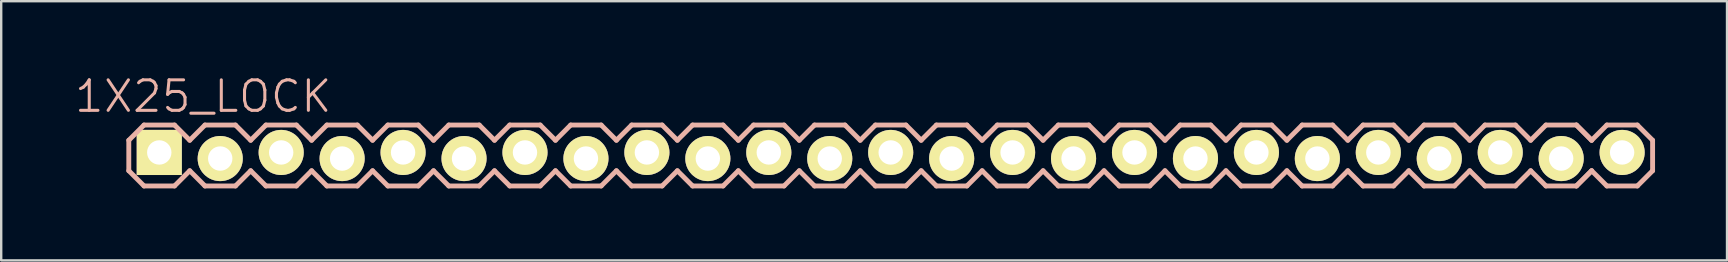
<source format=kicad_pcb>
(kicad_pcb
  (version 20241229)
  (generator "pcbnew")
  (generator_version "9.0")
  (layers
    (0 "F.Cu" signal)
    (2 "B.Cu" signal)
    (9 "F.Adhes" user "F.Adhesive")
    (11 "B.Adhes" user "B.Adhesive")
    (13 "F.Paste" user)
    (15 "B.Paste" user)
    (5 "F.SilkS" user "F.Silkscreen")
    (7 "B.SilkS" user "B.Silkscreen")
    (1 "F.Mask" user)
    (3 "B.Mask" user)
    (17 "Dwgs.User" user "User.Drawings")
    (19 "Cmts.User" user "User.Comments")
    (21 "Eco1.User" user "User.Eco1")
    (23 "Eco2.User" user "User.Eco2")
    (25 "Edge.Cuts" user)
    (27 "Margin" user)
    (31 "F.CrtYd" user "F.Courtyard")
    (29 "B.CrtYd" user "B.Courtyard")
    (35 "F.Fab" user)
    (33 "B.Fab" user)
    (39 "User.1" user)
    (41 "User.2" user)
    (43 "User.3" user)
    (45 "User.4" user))
  (footprint "1X25_LOCK"
    (layer "F.Cu")
    (at 3.587 3.43)
    (property "Reference" "1X25_LOCK" (at 1.829 -2.464 0) (layer "B.SilkS") (effects (font (size 1.27 1.27) (thickness 0.127))))
    (attr exclude_from_pos_files exclude_from_bom)
    (fp_line (start -0.254 -0.254) (end 0.254 -0.254) (stroke (width 0.066) (type solid)) (layer "F.SilkS"))
    (fp_line (start -0.254 0.254) (end -0.254 -0.254) (stroke (width 0.066) (type solid)) (layer "F.SilkS"))
    (fp_line (start -0.254 0.254) (end 0.254 0.254) (stroke (width 0.066) (type solid)) (layer "F.SilkS"))
    (fp_line (start 0.254 0.254) (end 0.254 -0.254) (stroke (width 0.066) (type solid)) (layer "F.SilkS"))
    (fp_line (start 2.286 -0.254) (end 2.794 -0.254) (stroke (width 0.066) (type solid)) (layer "F.SilkS"))
    (fp_line (start 2.286 0.254) (end 2.286 -0.254) (stroke (width 0.066) (type solid)) (layer "F.SilkS"))
    (fp_line (start 2.286 0.254) (end 2.794 0.254) (stroke (width 0.066) (type solid)) (layer "F.SilkS"))
    (fp_line (start 2.794 0.254) (end 2.794 -0.254) (stroke (width 0.066) (type solid)) (layer "F.SilkS"))
    (fp_line (start 4.826 -0.254) (end 5.334 -0.254) (stroke (width 0.066) (type solid)) (layer "F.SilkS"))
    (fp_line (start 4.826 0.254) (end 4.826 -0.254) (stroke (width 0.066) (type solid)) (layer "F.SilkS"))
    (fp_line (start 4.826 0.254) (end 5.334 0.254) (stroke (width 0.066) (type solid)) (layer "F.SilkS"))
    (fp_line (start 5.334 0.254) (end 5.334 -0.254) (stroke (width 0.066) (type solid)) (layer "F.SilkS"))
    (fp_line (start 7.366 -0.254) (end 7.874 -0.254) (stroke (width 0.066) (type solid)) (layer "F.SilkS"))
    (fp_line (start 7.366 0.254) (end 7.366 -0.254) (stroke (width 0.066) (type solid)) (layer "F.SilkS"))
    (fp_line (start 7.366 0.254) (end 7.874 0.254) (stroke (width 0.066) (type solid)) (layer "F.SilkS"))
    (fp_line (start 7.874 0.254) (end 7.874 -0.254) (stroke (width 0.066) (type solid)) (layer "F.SilkS"))
    (fp_line (start 9.906 -0.254) (end 10.414 -0.254) (stroke (width 0.066) (type solid)) (layer "F.SilkS"))
    (fp_line (start 9.906 0.254) (end 9.906 -0.254) (stroke (width 0.066) (type solid)) (layer "F.SilkS"))
    (fp_line (start 9.906 0.254) (end 10.414 0.254) (stroke (width 0.066) (type solid)) (layer "F.SilkS"))
    (fp_line (start 10.414 0.254) (end 10.414 -0.254) (stroke (width 0.066) (type solid)) (layer "F.SilkS"))
    (fp_line (start 12.446 -0.254) (end 12.954 -0.254) (stroke (width 0.066) (type solid)) (layer "F.SilkS"))
    (fp_line (start 12.446 0.254) (end 12.446 -0.254) (stroke (width 0.066) (type solid)) (layer "F.SilkS"))
    (fp_line (start 12.446 0.254) (end 12.954 0.254) (stroke (width 0.066) (type solid)) (layer "F.SilkS"))
    (fp_line (start 12.954 0.254) (end 12.954 -0.254) (stroke (width 0.066) (type solid)) (layer "F.SilkS"))
    (fp_line (start 14.986 -0.254) (end 15.494 -0.254) (stroke (width 0.066) (type solid)) (layer "F.SilkS"))
    (fp_line (start 14.986 0.254) (end 14.986 -0.254) (stroke (width 0.066) (type solid)) (layer "F.SilkS"))
    (fp_line (start 14.986 0.254) (end 15.494 0.254) (stroke (width 0.066) (type solid)) (layer "F.SilkS"))
    (fp_line (start 15.494 0.254) (end 15.494 -0.254) (stroke (width 0.066) (type solid)) (layer "F.SilkS"))
    (fp_line (start 17.523 -0.254) (end 18.034 -0.254) (stroke (width 0.066) (type solid)) (layer "F.SilkS"))
    (fp_line (start 17.523 0.254) (end 17.523 -0.254) (stroke (width 0.066) (type solid)) (layer "F.SilkS"))
    (fp_line (start 17.523 0.254) (end 18.034 0.254) (stroke (width 0.066) (type solid)) (layer "F.SilkS"))
    (fp_line (start 18.034 0.254) (end 18.034 -0.254) (stroke (width 0.066) (type solid)) (layer "F.SilkS"))
    (fp_line (start 20.066 -0.254) (end 20.574 -0.254) (stroke (width 0.066) (type solid)) (layer "F.SilkS"))
    (fp_line (start 20.066 0.254) (end 20.066 -0.254) (stroke (width 0.066) (type solid)) (layer "F.SilkS"))
    (fp_line (start 20.066 0.254) (end 20.574 0.254) (stroke (width 0.066) (type solid)) (layer "F.SilkS"))
    (fp_line (start 20.574 0.254) (end 20.574 -0.254) (stroke (width 0.066) (type solid)) (layer "F.SilkS"))
    (fp_line (start 22.606 -0.254) (end 23.114 -0.254) (stroke (width 0.066) (type solid)) (layer "F.SilkS"))
    (fp_line (start 22.606 0.254) (end 22.606 -0.254) (stroke (width 0.066) (type solid)) (layer "F.SilkS"))
    (fp_line (start 22.606 0.254) (end 23.114 0.254) (stroke (width 0.066) (type solid)) (layer "F.SilkS"))
    (fp_line (start 23.114 0.254) (end 23.114 -0.254) (stroke (width 0.066) (type solid)) (layer "F.SilkS"))
    (fp_line (start 25.146 -0.254) (end 25.654 -0.254) (stroke (width 0.066) (type solid)) (layer "F.SilkS"))
    (fp_line (start 25.146 0.254) (end 25.146 -0.254) (stroke (width 0.066) (type solid)) (layer "F.SilkS"))
    (fp_line (start 25.146 0.254) (end 25.654 0.254) (stroke (width 0.066) (type solid)) (layer "F.SilkS"))
    (fp_line (start 25.654 0.254) (end 25.654 -0.254) (stroke (width 0.066) (type solid)) (layer "F.SilkS"))
    (fp_line (start 27.686 -0.254) (end 28.194 -0.254) (stroke (width 0.066) (type solid)) (layer "F.SilkS"))
    (fp_line (start 27.686 0.254) (end 27.686 -0.254) (stroke (width 0.066) (type solid)) (layer "F.SilkS"))
    (fp_line (start 27.686 0.254) (end 28.194 0.254) (stroke (width 0.066) (type solid)) (layer "F.SilkS"))
    (fp_line (start 28.194 0.254) (end 28.194 -0.254) (stroke (width 0.066) (type solid)) (layer "F.SilkS"))
    (fp_line (start 30.226 -0.254) (end 30.734 -0.254) (stroke (width 0.066) (type solid)) (layer "F.SilkS"))
    (fp_line (start 30.226 0.254) (end 30.226 -0.254) (stroke (width 0.066) (type solid)) (layer "F.SilkS"))
    (fp_line (start 30.226 0.254) (end 30.734 0.254) (stroke (width 0.066) (type solid)) (layer "F.SilkS"))
    (fp_line (start 30.734 0.254) (end 30.734 -0.254) (stroke (width 0.066) (type solid)) (layer "F.SilkS"))
    (fp_line (start 32.766 -0.254) (end 33.274 -0.254) (stroke (width 0.066) (type solid)) (layer "F.SilkS"))
    (fp_line (start 32.766 0.254) (end 32.766 -0.254) (stroke (width 0.066) (type solid)) (layer "F.SilkS"))
    (fp_line (start 32.766 0.254) (end 33.274 0.254) (stroke (width 0.066) (type solid)) (layer "F.SilkS"))
    (fp_line (start 33.274 0.254) (end 33.274 -0.254) (stroke (width 0.066) (type solid)) (layer "F.SilkS"))
    (fp_line (start 35.303 -0.254) (end 35.814 -0.254) (stroke (width 0.066) (type solid)) (layer "F.SilkS"))
    (fp_line (start 35.303 0.254) (end 35.303 -0.254) (stroke (width 0.066) (type solid)) (layer "F.SilkS"))
    (fp_line (start 35.303 0.254) (end 35.814 0.254) (stroke (width 0.066) (type solid)) (layer "F.SilkS"))
    (fp_line (start 35.814 0.254) (end 35.814 -0.254) (stroke (width 0.066) (type solid)) (layer "F.SilkS"))
    (fp_line (start 37.846 -0.254) (end 38.354 -0.254) (stroke (width 0.066) (type solid)) (layer "F.SilkS"))
    (fp_line (start 37.846 0.254) (end 37.846 -0.254) (stroke (width 0.066) (type solid)) (layer "F.SilkS"))
    (fp_line (start 37.846 0.254) (end 38.354 0.254) (stroke (width 0.066) (type solid)) (layer "F.SilkS"))
    (fp_line (start 38.354 0.254) (end 38.354 -0.254) (stroke (width 0.066) (type solid)) (layer "F.SilkS"))
    (fp_line (start 40.386 -0.254) (end 40.894 -0.254) (stroke (width 0.066) (type solid)) (layer "F.SilkS"))
    (fp_line (start 40.386 0.254) (end 40.386 -0.254) (stroke (width 0.066) (type solid)) (layer "F.SilkS"))
    (fp_line (start 40.386 0.254) (end 40.894 0.254) (stroke (width 0.066) (type solid)) (layer "F.SilkS"))
    (fp_line (start 40.894 0.254) (end 40.894 -0.254) (stroke (width 0.066) (type solid)) (layer "F.SilkS"))
    (fp_line (start 42.926 -0.254) (end 43.434 -0.254) (stroke (width 0.066) (type solid)) (layer "F.SilkS"))
    (fp_line (start 42.926 0.254) (end 42.926 -0.254) (stroke (width 0.066) (type solid)) (layer "F.SilkS"))
    (fp_line (start 42.926 0.254) (end 43.434 0.254) (stroke (width 0.066) (type solid)) (layer "F.SilkS"))
    (fp_line (start 43.434 0.254) (end 43.434 -0.254) (stroke (width 0.066) (type solid)) (layer "F.SilkS"))
    (fp_line (start 45.466 -0.254) (end 45.974 -0.254) (stroke (width 0.066) (type solid)) (layer "F.SilkS"))
    (fp_line (start 45.466 0.254) (end 45.466 -0.254) (stroke (width 0.066) (type solid)) (layer "F.SilkS"))
    (fp_line (start 45.466 0.254) (end 45.974 0.254) (stroke (width 0.066) (type solid)) (layer "F.SilkS"))
    (fp_line (start 45.974 0.254) (end 45.974 -0.254) (stroke (width 0.066) (type solid)) (layer "F.SilkS"))
    (fp_line (start 48.006 -0.254) (end 48.514 -0.254) (stroke (width 0.066) (type solid)) (layer "F.SilkS"))
    (fp_line (start 48.006 0.254) (end 48.006 -0.254) (stroke (width 0.066) (type solid)) (layer "F.SilkS"))
    (fp_line (start 48.006 0.254) (end 48.514 0.254) (stroke (width 0.066) (type solid)) (layer "F.SilkS"))
    (fp_line (start 48.514 0.254) (end 48.514 -0.254) (stroke (width 0.066) (type solid)) (layer "F.SilkS"))
    (fp_line (start 50.546 -0.254) (end 51.051 -0.254) (stroke (width 0.066) (type solid)) (layer "F.SilkS"))
    (fp_line (start 50.546 0.254) (end 50.546 -0.254) (stroke (width 0.066) (type solid)) (layer "F.SilkS"))
    (fp_line (start 50.546 0.254) (end 51.051 0.254) (stroke (width 0.066) (type solid)) (layer "F.SilkS"))
    (fp_line (start 51.051 0.254) (end 51.051 -0.254) (stroke (width 0.066) (type solid)) (layer "F.SilkS"))
    (fp_line (start 53.086 -0.254) (end 53.594 -0.254) (stroke (width 0.066) (type solid)) (layer "F.SilkS"))
    (fp_line (start 53.086 0.254) (end 53.086 -0.254) (stroke (width 0.066) (type solid)) (layer "F.SilkS"))
    (fp_line (start 53.086 0.254) (end 53.594 0.254) (stroke (width 0.066) (type solid)) (layer "F.SilkS"))
    (fp_line (start 53.594 0.254) (end 53.594 -0.254) (stroke (width 0.066) (type solid)) (layer "F.SilkS"))
    (fp_line (start 55.626 -0.254) (end 56.134 -0.254) (stroke (width 0.066) (type solid)) (layer "F.SilkS"))
    (fp_line (start 55.626 0.254) (end 55.626 -0.254) (stroke (width 0.066) (type solid)) (layer "F.SilkS"))
    (fp_line (start 55.626 0.254) (end 56.134 0.254) (stroke (width 0.066) (type solid)) (layer "F.SilkS"))
    (fp_line (start 56.134 0.254) (end 56.134 -0.254) (stroke (width 0.066) (type solid)) (layer "F.SilkS"))
    (fp_line (start 58.166 -0.254) (end 58.674 -0.254) (stroke (width 0.066) (type solid)) (layer "F.SilkS"))
    (fp_line (start 58.166 0.254) (end 58.166 -0.254) (stroke (width 0.066) (type solid)) (layer "F.SilkS"))
    (fp_line (start 58.166 0.254) (end 58.674 0.254) (stroke (width 0.066) (type solid)) (layer "F.SilkS"))
    (fp_line (start 58.674 0.254) (end 58.674 -0.254) (stroke (width 0.066) (type solid)) (layer "F.SilkS"))
    (fp_line (start 60.706 -0.254) (end 61.214 -0.254) (stroke (width 0.066) (type solid)) (layer "F.SilkS"))
    (fp_line (start 60.706 0.254) (end 60.706 -0.254) (stroke (width 0.066) (type solid)) (layer "F.SilkS"))
    (fp_line (start 60.706 0.254) (end 61.214 0.254) (stroke (width 0.066) (type solid)) (layer "F.SilkS"))
    (fp_line (start 61.214 0.254) (end 61.214 -0.254) (stroke (width 0.066) (type solid)) (layer "F.SilkS"))
    (fp_line (start -1.27 -0.635) (end -1.27 0.635) (stroke (width 0.203) (type solid)) (layer "B.SilkS"))
    (fp_line (start -1.27 0.635) (end -0.635 1.27) (stroke (width 0.203) (type solid)) (layer "B.SilkS"))
    (fp_line (start -0.635 -1.27) (end -1.27 -0.635) (stroke (width 0.203) (type solid)) (layer "B.SilkS"))
    (fp_line (start -0.635 -1.27) (end 0.635 -1.27) (stroke (width 0.203) (type solid)) (layer "B.SilkS"))
    (fp_line (start 0.635 -1.27) (end 1.27 -0.635) (stroke (width 0.203) (type solid)) (layer "B.SilkS"))
    (fp_line (start 0.635 1.27) (end -0.635 1.27) (stroke (width 0.203) (type solid)) (layer "B.SilkS"))
    (fp_line (start 1.27 -0.635) (end 1.905 -1.27) (stroke (width 0.203) (type solid)) (layer "B.SilkS"))
    (fp_line (start 1.27 0.635) (end 0.635 1.27) (stroke (width 0.203) (type solid)) (layer "B.SilkS"))
    (fp_line (start 1.905 -1.27) (end 3.175 -1.27) (stroke (width 0.203) (type solid)) (layer "B.SilkS"))
    (fp_line (start 1.905 1.27) (end 1.27 0.635) (stroke (width 0.203) (type solid)) (layer "B.SilkS"))
    (fp_line (start 3.175 -1.27) (end 3.81 -0.635) (stroke (width 0.203) (type solid)) (layer "B.SilkS"))
    (fp_line (start 3.175 1.27) (end 1.905 1.27) (stroke (width 0.203) (type solid)) (layer "B.SilkS"))
    (fp_line (start 3.81 -0.635) (end 4.445 -1.27) (stroke (width 0.203) (type solid)) (layer "B.SilkS"))
    (fp_line (start 3.81 0.635) (end 3.175 1.27) (stroke (width 0.203) (type solid)) (layer "B.SilkS"))
    (fp_line (start 4.445 -1.27) (end 5.715 -1.27) (stroke (width 0.203) (type solid)) (layer "B.SilkS"))
    (fp_line (start 4.445 1.27) (end 3.81 0.635) (stroke (width 0.203) (type solid)) (layer "B.SilkS"))
    (fp_line (start 5.715 -1.27) (end 6.35 -0.635) (stroke (width 0.203) (type solid)) (layer "B.SilkS"))
    (fp_line (start 5.715 1.27) (end 4.445 1.27) (stroke (width 0.203) (type solid)) (layer "B.SilkS"))
    (fp_line (start 6.35 0.635) (end 5.715 1.27) (stroke (width 0.203) (type solid)) (layer "B.SilkS"))
    (fp_line (start 6.35 0.635) (end 6.985 1.27) (stroke (width 0.203) (type solid)) (layer "B.SilkS"))
    (fp_line (start 6.985 -1.27) (end 6.35 -0.635) (stroke (width 0.203) (type solid)) (layer "B.SilkS"))
    (fp_line (start 6.985 -1.27) (end 8.255 -1.27) (stroke (width 0.203) (type solid)) (layer "B.SilkS"))
    (fp_line (start 8.255 -1.27) (end 8.89 -0.635) (stroke (width 0.203) (type solid)) (layer "B.SilkS"))
    (fp_line (start 8.255 1.27) (end 6.985 1.27) (stroke (width 0.203) (type solid)) (layer "B.SilkS"))
    (fp_line (start 8.89 -0.635) (end 9.525 -1.27) (stroke (width 0.203) (type solid)) (layer "B.SilkS"))
    (fp_line (start 8.89 0.635) (end 8.255 1.27) (stroke (width 0.203) (type solid)) (layer "B.SilkS"))
    (fp_line (start 9.525 -1.27) (end 10.795 -1.27) (stroke (width 0.203) (type solid)) (layer "B.SilkS"))
    (fp_line (start 9.525 1.27) (end 8.89 0.635) (stroke (width 0.203) (type solid)) (layer "B.SilkS"))
    (fp_line (start 10.795 -1.27) (end 11.43 -0.635) (stroke (width 0.203) (type solid)) (layer "B.SilkS"))
    (fp_line (start 10.795 1.27) (end 9.525 1.27) (stroke (width 0.203) (type solid)) (layer "B.SilkS"))
    (fp_line (start 11.43 -0.635) (end 12.065 -1.27) (stroke (width 0.203) (type solid)) (layer "B.SilkS"))
    (fp_line (start 11.43 0.635) (end 10.795 1.27) (stroke (width 0.203) (type solid)) (layer "B.SilkS"))
    (fp_line (start 12.065 -1.27) (end 13.335 -1.27) (stroke (width 0.203) (type solid)) (layer "B.SilkS"))
    (fp_line (start 12.065 1.27) (end 11.43 0.635) (stroke (width 0.203) (type solid)) (layer "B.SilkS"))
    (fp_line (start 13.335 -1.27) (end 13.97 -0.635) (stroke (width 0.203) (type solid)) (layer "B.SilkS"))
    (fp_line (start 13.335 1.27) (end 12.065 1.27) (stroke (width 0.203) (type solid)) (layer "B.SilkS"))
    (fp_line (start 13.97 0.635) (end 13.335 1.27) (stroke (width 0.203) (type solid)) (layer "B.SilkS"))
    (fp_line (start 13.97 0.635) (end 14.605 1.27) (stroke (width 0.203) (type solid)) (layer "B.SilkS"))
    (fp_line (start 14.605 -1.27) (end 13.97 -0.635) (stroke (width 0.203) (type solid)) (layer "B.SilkS"))
    (fp_line (start 14.605 -1.27) (end 15.875 -1.27) (stroke (width 0.203) (type solid)) (layer "B.SilkS"))
    (fp_line (start 15.875 -1.27) (end 16.51 -0.635) (stroke (width 0.203) (type solid)) (layer "B.SilkS"))
    (fp_line (start 15.875 1.27) (end 14.605 1.27) (stroke (width 0.203) (type solid)) (layer "B.SilkS"))
    (fp_line (start 16.51 0.635) (end 15.875 1.27) (stroke (width 0.203) (type solid)) (layer "B.SilkS"))
    (fp_line (start 16.51 0.635) (end 17.145 1.27) (stroke (width 0.203) (type solid)) (layer "B.SilkS"))
    (fp_line (start 17.145 -1.27) (end 16.51 -0.635) (stroke (width 0.203) (type solid)) (layer "B.SilkS"))
    (fp_line (start 17.145 -1.27) (end 18.415 -1.27) (stroke (width 0.203) (type solid)) (layer "B.SilkS"))
    (fp_line (start 18.415 -1.27) (end 19.05 -0.635) (stroke (width 0.203) (type solid)) (layer "B.SilkS"))
    (fp_line (start 18.415 1.27) (end 17.145 1.27) (stroke (width 0.203) (type solid)) (layer "B.SilkS"))
    (fp_line (start 19.05 -0.635) (end 19.685 -1.27) (stroke (width 0.203) (type solid)) (layer "B.SilkS"))
    (fp_line (start 19.05 0.635) (end 18.415 1.27) (stroke (width 0.203) (type solid)) (layer "B.SilkS"))
    (fp_line (start 19.685 -1.27) (end 20.955 -1.27) (stroke (width 0.203) (type solid)) (layer "B.SilkS"))
    (fp_line (start 19.685 1.27) (end 19.05 0.635) (stroke (width 0.203) (type solid)) (layer "B.SilkS"))
    (fp_line (start 20.955 -1.27) (end 21.59 -0.635) (stroke (width 0.203) (type solid)) (layer "B.SilkS"))
    (fp_line (start 20.955 1.27) (end 19.685 1.27) (stroke (width 0.203) (type solid)) (layer "B.SilkS"))
    (fp_line (start 21.59 -0.635) (end 22.225 -1.27) (stroke (width 0.203) (type solid)) (layer "B.SilkS"))
    (fp_line (start 21.59 0.635) (end 20.955 1.27) (stroke (width 0.203) (type solid)) (layer "B.SilkS"))
    (fp_line (start 22.225 -1.27) (end 23.495 -1.27) (stroke (width 0.203) (type solid)) (layer "B.SilkS"))
    (fp_line (start 22.225 1.27) (end 21.59 0.635) (stroke (width 0.203) (type solid)) (layer "B.SilkS"))
    (fp_line (start 23.495 -1.27) (end 24.13 -0.635) (stroke (width 0.203) (type solid)) (layer "B.SilkS"))
    (fp_line (start 23.495 1.27) (end 22.225 1.27) (stroke (width 0.203) (type solid)) (layer "B.SilkS"))
    (fp_line (start 24.13 0.635) (end 23.495 1.27) (stroke (width 0.203) (type solid)) (layer "B.SilkS"))
    (fp_line (start 24.13 0.635) (end 24.765 1.27) (stroke (width 0.203) (type solid)) (layer "B.SilkS"))
    (fp_line (start 24.765 -1.27) (end 24.13 -0.635) (stroke (width 0.203) (type solid)) (layer "B.SilkS"))
    (fp_line (start 24.765 -1.27) (end 26.035 -1.27) (stroke (width 0.203) (type solid)) (layer "B.SilkS"))
    (fp_line (start 26.035 -1.27) (end 26.67 -0.635) (stroke (width 0.203) (type solid)) (layer "B.SilkS"))
    (fp_line (start 26.035 1.27) (end 24.765 1.27) (stroke (width 0.203) (type solid)) (layer "B.SilkS"))
    (fp_line (start 26.67 -0.635) (end 27.305 -1.27) (stroke (width 0.203) (type solid)) (layer "B.SilkS"))
    (fp_line (start 26.67 0.635) (end 26.035 1.27) (stroke (width 0.203) (type solid)) (layer "B.SilkS"))
    (fp_line (start 27.305 -1.27) (end 28.575 -1.27) (stroke (width 0.203) (type solid)) (layer "B.SilkS"))
    (fp_line (start 27.305 1.27) (end 26.67 0.635) (stroke (width 0.203) (type solid)) (layer "B.SilkS"))
    (fp_line (start 28.575 -1.27) (end 29.21 -0.635) (stroke (width 0.203) (type solid)) (layer "B.SilkS"))
    (fp_line (start 28.575 1.27) (end 27.305 1.27) (stroke (width 0.203) (type solid)) (layer "B.SilkS"))
    (fp_line (start 29.21 -0.635) (end 29.845 -1.27) (stroke (width 0.203) (type solid)) (layer "B.SilkS"))
    (fp_line (start 29.21 0.635) (end 28.575 1.27) (stroke (width 0.203) (type solid)) (layer "B.SilkS"))
    (fp_line (start 29.845 -1.27) (end 31.115 -1.27) (stroke (width 0.203) (type solid)) (layer "B.SilkS"))
    (fp_line (start 29.845 1.27) (end 29.21 0.635) (stroke (width 0.203) (type solid)) (layer "B.SilkS"))
    (fp_line (start 31.115 -1.27) (end 31.75 -0.635) (stroke (width 0.203) (type solid)) (layer "B.SilkS"))
    (fp_line (start 31.115 1.27) (end 29.845 1.27) (stroke (width 0.203) (type solid)) (layer "B.SilkS"))
    (fp_line (start 31.75 0.635) (end 31.115 1.27) (stroke (width 0.203) (type solid)) (layer "B.SilkS"))
    (fp_line (start 31.75 0.635) (end 32.385 1.27) (stroke (width 0.203) (type solid)) (layer "B.SilkS"))
    (fp_line (start 32.385 -1.27) (end 31.75 -0.635) (stroke (width 0.203) (type solid)) (layer "B.SilkS"))
    (fp_line (start 32.385 -1.27) (end 33.655 -1.27) (stroke (width 0.203) (type solid)) (layer "B.SilkS"))
    (fp_line (start 33.655 -1.27) (end 34.29 -0.635) (stroke (width 0.203) (type solid)) (layer "B.SilkS"))
    (fp_line (start 33.655 1.27) (end 32.385 1.27) (stroke (width 0.203) (type solid)) (layer "B.SilkS"))
    (fp_line (start 34.29 0.635) (end 33.655 1.27) (stroke (width 0.203) (type solid)) (layer "B.SilkS"))
    (fp_line (start 34.29 0.635) (end 34.925 1.27) (stroke (width 0.203) (type solid)) (layer "B.SilkS"))
    (fp_line (start 34.925 -1.27) (end 34.29 -0.635) (stroke (width 0.203) (type solid)) (layer "B.SilkS"))
    (fp_line (start 34.925 -1.27) (end 36.195 -1.27) (stroke (width 0.203) (type solid)) (layer "B.SilkS"))
    (fp_line (start 36.195 -1.27) (end 36.83 -0.635) (stroke (width 0.203) (type solid)) (layer "B.SilkS"))
    (fp_line (start 36.195 1.27) (end 34.925 1.27) (stroke (width 0.203) (type solid)) (layer "B.SilkS"))
    (fp_line (start 36.83 0.635) (end 36.195 1.27) (stroke (width 0.203) (type solid)) (layer "B.SilkS"))
    (fp_line (start 36.83 0.635) (end 37.465 1.27) (stroke (width 0.203) (type solid)) (layer "B.SilkS"))
    (fp_line (start 37.465 -1.27) (end 36.83 -0.635) (stroke (width 0.203) (type solid)) (layer "B.SilkS"))
    (fp_line (start 37.465 -1.27) (end 38.735 -1.27) (stroke (width 0.203) (type solid)) (layer "B.SilkS"))
    (fp_line (start 38.735 -1.27) (end 39.37 -0.635) (stroke (width 0.203) (type solid)) (layer "B.SilkS"))
    (fp_line (start 38.735 1.27) (end 37.465 1.27) (stroke (width 0.203) (type solid)) (layer "B.SilkS"))
    (fp_line (start 39.37 0.635) (end 38.735 1.27) (stroke (width 0.203) (type solid)) (layer "B.SilkS"))
    (fp_line (start 39.37 0.635) (end 40.005 1.27) (stroke (width 0.203) (type solid)) (layer "B.SilkS"))
    (fp_line (start 40.005 -1.27) (end 39.37 -0.635) (stroke (width 0.203) (type solid)) (layer "B.SilkS"))
    (fp_line (start 40.005 -1.27) (end 41.275 -1.27) (stroke (width 0.203) (type solid)) (layer "B.SilkS"))
    (fp_line (start 41.275 -1.27) (end 41.91 -0.635) (stroke (width 0.203) (type solid)) (layer "B.SilkS"))
    (fp_line (start 41.275 1.27) (end 40.005 1.27) (stroke (width 0.203) (type solid)) (layer "B.SilkS"))
    (fp_line (start 41.91 0.635) (end 41.275 1.27) (stroke (width 0.203) (type solid)) (layer "B.SilkS"))
    (fp_line (start 41.91 0.635) (end 42.545 1.27) (stroke (width 0.203) (type solid)) (layer "B.SilkS"))
    (fp_line (start 42.545 -1.27) (end 41.91 -0.635) (stroke (width 0.203) (type solid)) (layer "B.SilkS"))
    (fp_line (start 42.545 -1.27) (end 43.815 -1.27) (stroke (width 0.203) (type solid)) (layer "B.SilkS"))
    (fp_line (start 43.815 -1.27) (end 44.45 -0.635) (stroke (width 0.203) (type solid)) (layer "B.SilkS"))
    (fp_line (start 43.815 1.27) (end 42.545 1.27) (stroke (width 0.203) (type solid)) (layer "B.SilkS"))
    (fp_line (start 44.45 0.635) (end 43.815 1.27) (stroke (width 0.203) (type solid)) (layer "B.SilkS"))
    (fp_line (start 44.45 0.635) (end 45.085 1.27) (stroke (width 0.203) (type solid)) (layer "B.SilkS"))
    (fp_line (start 45.085 -1.27) (end 44.45 -0.635) (stroke (width 0.203) (type solid)) (layer "B.SilkS"))
    (fp_line (start 45.085 -1.27) (end 46.355 -1.27) (stroke (width 0.203) (type solid)) (layer "B.SilkS"))
    (fp_line (start 46.355 -1.27) (end 46.99 -0.635) (stroke (width 0.203) (type solid)) (layer "B.SilkS"))
    (fp_line (start 46.355 1.27) (end 45.085 1.27) (stroke (width 0.203) (type solid)) (layer "B.SilkS"))
    (fp_line (start 46.99 0.635) (end 46.355 1.27) (stroke (width 0.203) (type solid)) (layer "B.SilkS"))
    (fp_line (start 46.99 0.635) (end 47.625 1.27) (stroke (width 0.203) (type solid)) (layer "B.SilkS"))
    (fp_line (start 47.625 -1.27) (end 46.99 -0.635) (stroke (width 0.203) (type solid)) (layer "B.SilkS"))
    (fp_line (start 47.625 -1.27) (end 48.895 -1.27) (stroke (width 0.203) (type solid)) (layer "B.SilkS"))
    (fp_line (start 48.895 -1.27) (end 49.53 -0.635) (stroke (width 0.203) (type solid)) (layer "B.SilkS"))
    (fp_line (start 48.895 1.27) (end 47.625 1.27) (stroke (width 0.203) (type solid)) (layer "B.SilkS"))
    (fp_line (start 49.53 0.635) (end 48.895 1.27) (stroke (width 0.203) (type solid)) (layer "B.SilkS"))
    (fp_line (start 49.53 0.635) (end 50.165 1.27) (stroke (width 0.203) (type solid)) (layer "B.SilkS"))
    (fp_line (start 50.165 -1.27) (end 49.53 -0.635) (stroke (width 0.203) (type solid)) (layer "B.SilkS"))
    (fp_line (start 50.165 -1.27) (end 51.435 -1.27) (stroke (width 0.203) (type solid)) (layer "B.SilkS"))
    (fp_line (start 51.435 -1.27) (end 52.07 -0.635) (stroke (width 0.203) (type solid)) (layer "B.SilkS"))
    (fp_line (start 51.435 1.27) (end 50.165 1.27) (stroke (width 0.203) (type solid)) (layer "B.SilkS"))
    (fp_line (start 52.07 0.635) (end 51.435 1.27) (stroke (width 0.203) (type solid)) (layer "B.SilkS"))
    (fp_line (start 52.07 0.635) (end 52.705 1.27) (stroke (width 0.203) (type solid)) (layer "B.SilkS"))
    (fp_line (start 52.705 -1.27) (end 52.07 -0.635) (stroke (width 0.203) (type solid)) (layer "B.SilkS"))
    (fp_line (start 52.705 -1.27) (end 53.975 -1.27) (stroke (width 0.203) (type solid)) (layer "B.SilkS"))
    (fp_line (start 53.975 -1.27) (end 54.61 -0.635) (stroke (width 0.203) (type solid)) (layer "B.SilkS"))
    (fp_line (start 53.975 1.27) (end 52.705 1.27) (stroke (width 0.203) (type solid)) (layer "B.SilkS"))
    (fp_line (start 54.61 0.635) (end 53.975 1.27) (stroke (width 0.203) (type solid)) (layer "B.SilkS"))
    (fp_line (start 54.61 0.635) (end 55.245 1.27) (stroke (width 0.203) (type solid)) (layer "B.SilkS"))
    (fp_line (start 55.245 -1.27) (end 54.61 -0.635) (stroke (width 0.203) (type solid)) (layer "B.SilkS"))
    (fp_line (start 55.245 -1.27) (end 56.515 -1.27) (stroke (width 0.203) (type solid)) (layer "B.SilkS"))
    (fp_line (start 56.515 -1.27) (end 57.15 -0.635) (stroke (width 0.203) (type solid)) (layer "B.SilkS"))
    (fp_line (start 56.515 1.27) (end 55.245 1.27) (stroke (width 0.203) (type solid)) (layer "B.SilkS"))
    (fp_line (start 57.15 0.635) (end 56.515 1.27) (stroke (width 0.203) (type solid)) (layer "B.SilkS"))
    (fp_line (start 57.15 0.635) (end 57.785 1.27) (stroke (width 0.203) (type solid)) (layer "B.SilkS"))
    (fp_line (start 57.785 -1.27) (end 57.15 -0.635) (stroke (width 0.203) (type solid)) (layer "B.SilkS"))
    (fp_line (start 57.785 -1.27) (end 59.055 -1.27) (stroke (width 0.203) (type solid)) (layer "B.SilkS"))
    (fp_line (start 59.055 -1.27) (end 59.69 -0.635) (stroke (width 0.203) (type solid)) (layer "B.SilkS"))
    (fp_line (start 59.055 -1.27) (end 59.69 -0.635) (stroke (width 0.203) (type solid)) (layer "B.SilkS"))
    (fp_line (start 59.055 1.27) (end 57.785 1.27) (stroke (width 0.203) (type solid)) (layer "B.SilkS"))
    (fp_line (start 59.69 0.635) (end 59.055 1.27) (stroke (width 0.203) (type solid)) (layer "B.SilkS"))
    (fp_line (start 59.69 0.635) (end 59.055 1.27) (stroke (width 0.203) (type solid)) (layer "B.SilkS"))
    (fp_line (start 59.69 0.635) (end 60.325 1.27) (stroke (width 0.203) (type solid)) (layer "B.SilkS"))
    (fp_line (start 60.325 -1.27) (end 59.69 -0.635) (stroke (width 0.203) (type solid)) (layer "B.SilkS"))
    (fp_line (start 60.325 -1.27) (end 61.595 -1.27) (stroke (width 0.203) (type solid)) (layer "B.SilkS"))
    (fp_line (start 61.595 -1.27) (end 62.23 -0.635) (stroke (width 0.203) (type solid)) (layer "B.SilkS"))
    (fp_line (start 61.595 1.27) (end 60.325 1.27) (stroke (width 0.203) (type solid)) (layer "B.SilkS"))
    (fp_line (start 62.23 -0.635) (end 62.23 0.635) (stroke (width 0.203) (type solid)) (layer "B.SilkS"))
    (fp_line (start 62.23 0.635) (end 61.595 1.27) (stroke (width 0.203) (type solid)) (layer "B.SilkS"))
    (pad "1" thru_hole rect (at 0 -0.127) (size 1.88 1.88) (drill 1.016) (layers "*.Cu" "F.Mask" "F.SilkS" "F.Paste"))
    (pad "2" thru_hole circle (at 2.54 0.127) (size 1.88 1.88) (drill 1.016) (layers "*.Cu" "F.Mask" "F.SilkS" "F.Paste"))
    (pad "3" thru_hole circle (at 5.08 -0.127) (size 1.88 1.88) (drill 1.016) (layers "*.Cu" "F.Mask" "F.SilkS" "F.Paste"))
    (pad "4" thru_hole circle (at 7.62 0.127) (size 1.88 1.88) (drill 1.016) (layers "*.Cu" "F.Mask" "F.SilkS" "F.Paste"))
    (pad "5" thru_hole circle (at 10.16 -0.127) (size 1.88 1.88) (drill 1.016) (layers "*.Cu" "F.Mask" "F.SilkS" "F.Paste"))
    (pad "6" thru_hole circle (at 12.7 0.127) (size 1.88 1.88) (drill 1.016) (layers "*.Cu" "F.Mask" "F.SilkS" "F.Paste"))
    (pad "7" thru_hole circle (at 15.24 -0.127) (size 1.88 1.88) (drill 1.016) (layers "*.Cu" "F.Mask" "F.SilkS" "F.Paste"))
    (pad "8" thru_hole circle (at 17.78 0.127) (size 1.88 1.88) (drill 1.016) (layers "*.Cu" "F.Mask" "F.SilkS" "F.Paste"))
    (pad "9" thru_hole circle (at 20.32 -0.127) (size 1.88 1.88) (drill 1.016) (layers "*.Cu" "F.Mask" "F.SilkS" "F.Paste"))
    (pad "10" thru_hole circle (at 22.86 0.127) (size 1.88 1.88) (drill 1.016) (layers "*.Cu" "F.Mask" "F.SilkS" "F.Paste"))
    (pad "11" thru_hole circle (at 25.4 -0.127) (size 1.88 1.88) (drill 1.016) (layers "*.Cu" "F.Mask" "F.SilkS" "F.Paste"))
    (pad "12" thru_hole circle (at 27.94 0.127) (size 1.88 1.88) (drill 1.016) (layers "*.Cu" "F.Mask" "F.SilkS" "F.Paste"))
    (pad "13" thru_hole circle (at 30.48 -0.127) (size 1.88 1.88) (drill 1.016) (layers "*.Cu" "F.Mask" "F.SilkS" "F.Paste"))
    (pad "14" thru_hole circle (at 33.02 0.127) (size 1.88 1.88) (drill 1.016) (layers "*.Cu" "F.Mask" "F.SilkS" "F.Paste"))
    (pad "15" thru_hole circle (at 35.56 -0.127) (size 1.88 1.88) (drill 1.016) (layers "*.Cu" "F.Mask" "F.SilkS" "F.Paste"))
    (pad "16" thru_hole circle (at 38.1 0.127) (size 1.88 1.88) (drill 1.016) (layers "*.Cu" "F.Mask" "F.SilkS" "F.Paste"))
    (pad "17" thru_hole circle (at 40.64 -0.127) (size 1.88 1.88) (drill 1.016) (layers "*.Cu" "F.Mask" "F.SilkS" "F.Paste"))
    (pad "18" thru_hole circle (at 43.18 0.127) (size 1.88 1.88) (drill 1.016) (layers "*.Cu" "F.Mask" "F.SilkS" "F.Paste"))
    (pad "19" thru_hole circle (at 45.72 -0.127) (size 1.88 1.88) (drill 1.016) (layers "*.Cu" "F.Mask" "F.SilkS" "F.Paste"))
    (pad "20" thru_hole circle (at 48.26 0.127) (size 1.88 1.88) (drill 1.016) (layers "*.Cu" "F.Mask" "F.SilkS" "F.Paste"))
    (pad "21" thru_hole circle (at 50.8 -0.127) (size 1.88 1.88) (drill 1.016) (layers "*.Cu" "F.Mask" "F.SilkS" "F.Paste"))
    (pad "22" thru_hole circle (at 53.34 0.127) (size 1.88 1.88) (drill 1.016) (layers "*.Cu" "F.Mask" "F.SilkS" "F.Paste"))
    (pad "23" thru_hole circle (at 55.88 -0.127) (size 1.88 1.88) (drill 1.016) (layers "*.Cu" "F.Mask" "F.SilkS" "F.Paste"))
    (pad "24" thru_hole circle (at 58.42 0.127) (size 1.88 1.88) (drill 1.016) (layers "*.Cu" "F.Mask" "F.SilkS" "F.Paste"))
    (pad "25" thru_hole circle (at 60.96 -0.127) (size 1.88 1.88) (drill 1.016) (layers "*.Cu" "F.Mask" "F.SilkS" "F.Paste")))
  (gr_rect
    (start -3 -3)
    (end 68.918 7.801)
    (stroke (width 0.1) (type default))
    (fill no)
    (layer "Edge.Cuts")))
</source>
